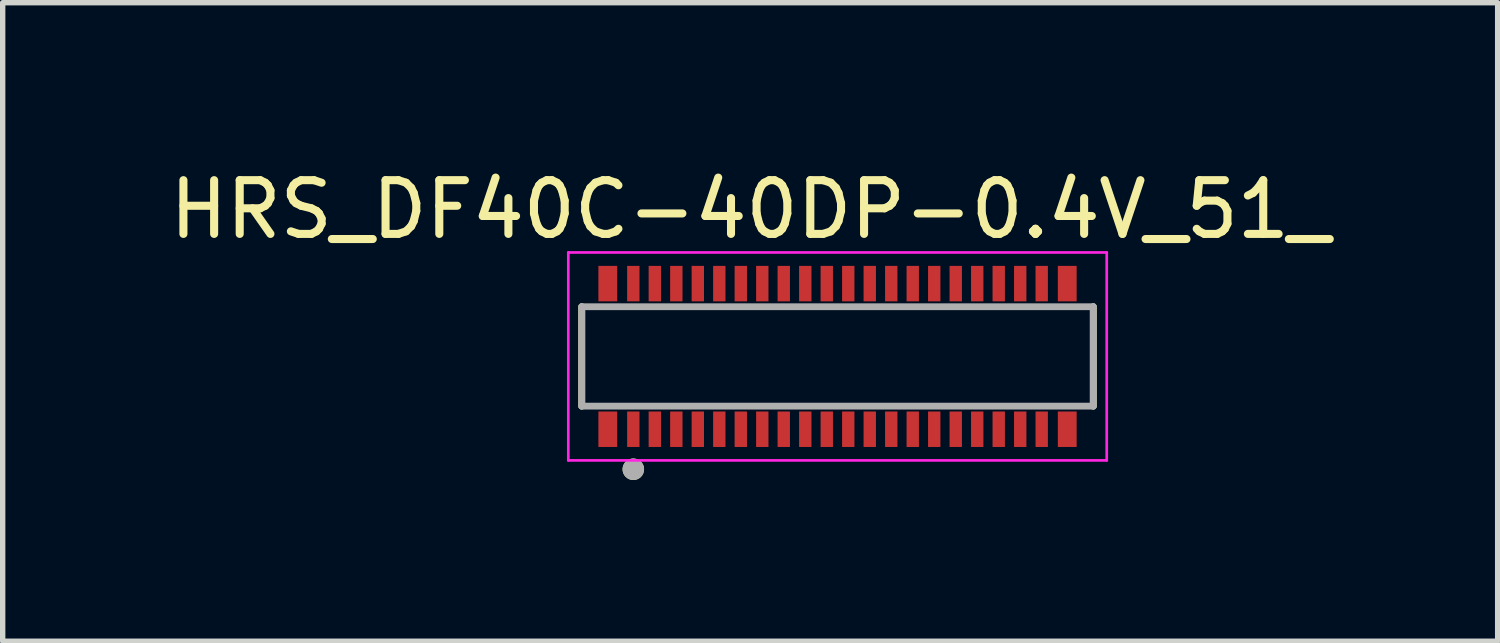
<source format=kicad_pcb>
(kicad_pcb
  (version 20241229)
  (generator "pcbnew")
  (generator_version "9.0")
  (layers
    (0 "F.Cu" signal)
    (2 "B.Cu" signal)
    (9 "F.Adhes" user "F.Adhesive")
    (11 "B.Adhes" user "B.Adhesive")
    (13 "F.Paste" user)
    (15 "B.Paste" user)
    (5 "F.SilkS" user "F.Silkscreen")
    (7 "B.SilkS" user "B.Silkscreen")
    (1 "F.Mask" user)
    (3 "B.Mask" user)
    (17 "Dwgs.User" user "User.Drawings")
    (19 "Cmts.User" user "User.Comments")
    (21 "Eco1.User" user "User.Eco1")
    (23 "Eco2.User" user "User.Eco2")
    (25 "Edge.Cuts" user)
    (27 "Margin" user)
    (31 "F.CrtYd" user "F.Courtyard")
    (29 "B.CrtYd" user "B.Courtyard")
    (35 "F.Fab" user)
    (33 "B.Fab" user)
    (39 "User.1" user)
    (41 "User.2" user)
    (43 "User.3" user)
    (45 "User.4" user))
  (footprint "HRS_DF40C-40DP-0.4V_51_"
    (layer "F.Cu")
    (at 12.536 3.583)
    (property "Reference" "HRS_DF40C-40DP-0.4V_51_" (at -1.625 -2.735 0) (layer "F.SilkS") (effects (font (size 1 1) (thickness 0.15))))
    (attr smd)
    (fp_line (start -4.76 0.925) (end -4.76 -0.925) (stroke (width 0.127) (type solid)) (layer "F.SilkS"))
    (fp_line (start 4.76 -0.925) (end 4.76 0.925) (stroke (width 0.127) (type solid)) (layer "F.SilkS"))
    (fp_circle (center -3.8 2.1) (end -3.7 2.1) (stroke (width 0.2) (type solid)) (fill no) (layer "F.SilkS"))
    (fp_line (start -5.01 -1.935) (end 5.01 -1.935) (stroke (width 0.05) (type solid)) (layer "F.CrtYd"))
    (fp_line (start -5.01 1.935) (end -5.01 -1.935) (stroke (width 0.05) (type solid)) (layer "F.CrtYd"))
    (fp_line (start 5.01 -1.935) (end 5.01 1.935) (stroke (width 0.05) (type solid)) (layer "F.CrtYd"))
    (fp_line (start 5.01 1.935) (end -5.01 1.935) (stroke (width 0.05) (type solid)) (layer "F.CrtYd"))
    (fp_line (start -4.76 -0.925) (end 4.76 -0.925) (stroke (width 0.127) (type solid)) (layer "F.Fab"))
    (fp_line (start -4.76 0.925) (end -4.76 -0.925) (stroke (width 0.127) (type solid)) (layer "F.Fab"))
    (fp_line (start 4.76 -0.925) (end 4.76 0.925) (stroke (width 0.127) (type solid)) (layer "F.Fab"))
    (fp_line (start 4.76 0.925) (end -4.76 0.925) (stroke (width 0.127) (type solid)) (layer "F.Fab"))
    (fp_circle (center -3.8 2.1) (end -3.7 2.1) (stroke (width 0.2) (type solid)) (fill no) (layer "F.Fab"))
    (pad "1" smd rect (at -3.8 1.355) (size 0.23 0.66) (layers "F.Cu" "F.Mask" "F.Paste"))
    (pad "2" smd rect (at -3.8 -1.355) (size 0.23 0.66) (layers "F.Cu" "F.Mask" "F.Paste"))
    (pad "3" smd rect (at -3.4 1.355) (size 0.23 0.66) (layers "F.Cu" "F.Mask" "F.Paste"))
    (pad "4" smd rect (at -3.4 -1.355) (size 0.23 0.66) (layers "F.Cu" "F.Mask" "F.Paste"))
    (pad "5" smd rect (at -3 1.355) (size 0.23 0.66) (layers "F.Cu" "F.Mask" "F.Paste"))
    (pad "6" smd rect (at -3 -1.355) (size 0.23 0.66) (layers "F.Cu" "F.Mask" "F.Paste"))
    (pad "7" smd rect (at -2.6 1.355) (size 0.23 0.66) (layers "F.Cu" "F.Mask" "F.Paste"))
    (pad "8" smd rect (at -2.6 -1.355) (size 0.23 0.66) (layers "F.Cu" "F.Mask" "F.Paste"))
    (pad "9" smd rect (at -2.2 1.355) (size 0.23 0.66) (layers "F.Cu" "F.Mask" "F.Paste"))
    (pad "10" smd rect (at -2.2 -1.355) (size 0.23 0.66) (layers "F.Cu" "F.Mask" "F.Paste"))
    (pad "11" smd rect (at -1.8 1.355) (size 0.23 0.66) (layers "F.Cu" "F.Mask" "F.Paste"))
    (pad "12" smd rect (at -1.8 -1.355) (size 0.23 0.66) (layers "F.Cu" "F.Mask" "F.Paste"))
    (pad "13" smd rect (at -1.4 1.355) (size 0.23 0.66) (layers "F.Cu" "F.Mask" "F.Paste"))
    (pad "14" smd rect (at -1.4 -1.355) (size 0.23 0.66) (layers "F.Cu" "F.Mask" "F.Paste"))
    (pad "15" smd rect (at -1 1.355) (size 0.23 0.66) (layers "F.Cu" "F.Mask" "F.Paste"))
    (pad "16" smd rect (at -1 -1.355) (size 0.23 0.66) (layers "F.Cu" "F.Mask" "F.Paste"))
    (pad "17" smd rect (at -0.6 1.355) (size 0.23 0.66) (layers "F.Cu" "F.Mask" "F.Paste"))
    (pad "18" smd rect (at -0.6 -1.355) (size 0.23 0.66) (layers "F.Cu" "F.Mask" "F.Paste"))
    (pad "19" smd rect (at -0.2 1.355) (size 0.23 0.66) (layers "F.Cu" "F.Mask" "F.Paste"))
    (pad "20" smd rect (at -0.2 -1.355) (size 0.23 0.66) (layers "F.Cu" "F.Mask" "F.Paste"))
    (pad "21" smd rect (at 0.2 1.355) (size 0.23 0.66) (layers "F.Cu" "F.Mask" "F.Paste"))
    (pad "22" smd rect (at 0.2 -1.355) (size 0.23 0.66) (layers "F.Cu" "F.Mask" "F.Paste"))
    (pad "23" smd rect (at 0.6 1.355) (size 0.23 0.66) (layers "F.Cu" "F.Mask" "F.Paste"))
    (pad "24" smd rect (at 0.6 -1.355) (size 0.23 0.66) (layers "F.Cu" "F.Mask" "F.Paste"))
    (pad "25" smd rect (at 1 1.355) (size 0.23 0.66) (layers "F.Cu" "F.Mask" "F.Paste"))
    (pad "26" smd rect (at 1 -1.355) (size 0.23 0.66) (layers "F.Cu" "F.Mask" "F.Paste"))
    (pad "27" smd rect (at 1.4 1.355) (size 0.23 0.66) (layers "F.Cu" "F.Mask" "F.Paste"))
    (pad "28" smd rect (at 1.4 -1.355) (size 0.23 0.66) (layers "F.Cu" "F.Mask" "F.Paste"))
    (pad "29" smd rect (at 1.8 1.355) (size 0.23 0.66) (layers "F.Cu" "F.Mask" "F.Paste"))
    (pad "30" smd rect (at 1.8 -1.355) (size 0.23 0.66) (layers "F.Cu" "F.Mask" "F.Paste"))
    (pad "31" smd rect (at 2.2 1.355) (size 0.23 0.66) (layers "F.Cu" "F.Mask" "F.Paste"))
    (pad "32" smd rect (at 2.2 -1.355) (size 0.23 0.66) (layers "F.Cu" "F.Mask" "F.Paste"))
    (pad "33" smd rect (at 2.6 1.355) (size 0.23 0.66) (layers "F.Cu" "F.Mask" "F.Paste"))
    (pad "34" smd rect (at 2.6 -1.355) (size 0.23 0.66) (layers "F.Cu" "F.Mask" "F.Paste"))
    (pad "35" smd rect (at 3 1.355) (size 0.23 0.66) (layers "F.Cu" "F.Mask" "F.Paste"))
    (pad "36" smd rect (at 3 -1.355) (size 0.23 0.66) (layers "F.Cu" "F.Mask" "F.Paste"))
    (pad "37" smd rect (at 3.4 1.355) (size 0.23 0.66) (layers "F.Cu" "F.Mask" "F.Paste"))
    (pad "38" smd rect (at 3.4 -1.355) (size 0.23 0.66) (layers "F.Cu" "F.Mask" "F.Paste"))
    (pad "39" smd rect (at 3.8 1.355) (size 0.23 0.66) (layers "F.Cu" "F.Mask" "F.Paste"))
    (pad "40" smd rect (at 3.8 -1.355) (size 0.23 0.66) (layers "F.Cu" "F.Mask" "F.Paste"))
    (pad "S1" smd rect (at -4.275 1.355) (size 0.35 0.66) (layers "F.Cu" "F.Mask" "F.Paste"))
    (pad "S2" smd rect (at -4.275 -1.355) (size 0.35 0.66) (layers "F.Cu" "F.Mask" "F.Paste"))
    (pad "S3" smd rect (at 4.275 1.355) (size 0.35 0.66) (layers "F.Cu" "F.Mask" "F.Paste"))
    (pad "S4" smd rect (at 4.275 -1.355) (size 0.35 0.66) (layers "F.Cu" "F.Mask" "F.Paste")))
  (gr_rect
    (start -3 -3)
    (end 24.821 8.883)
    (stroke (width 0.1) (type default))
    (fill no)
    (layer "Edge.Cuts")))
</source>
